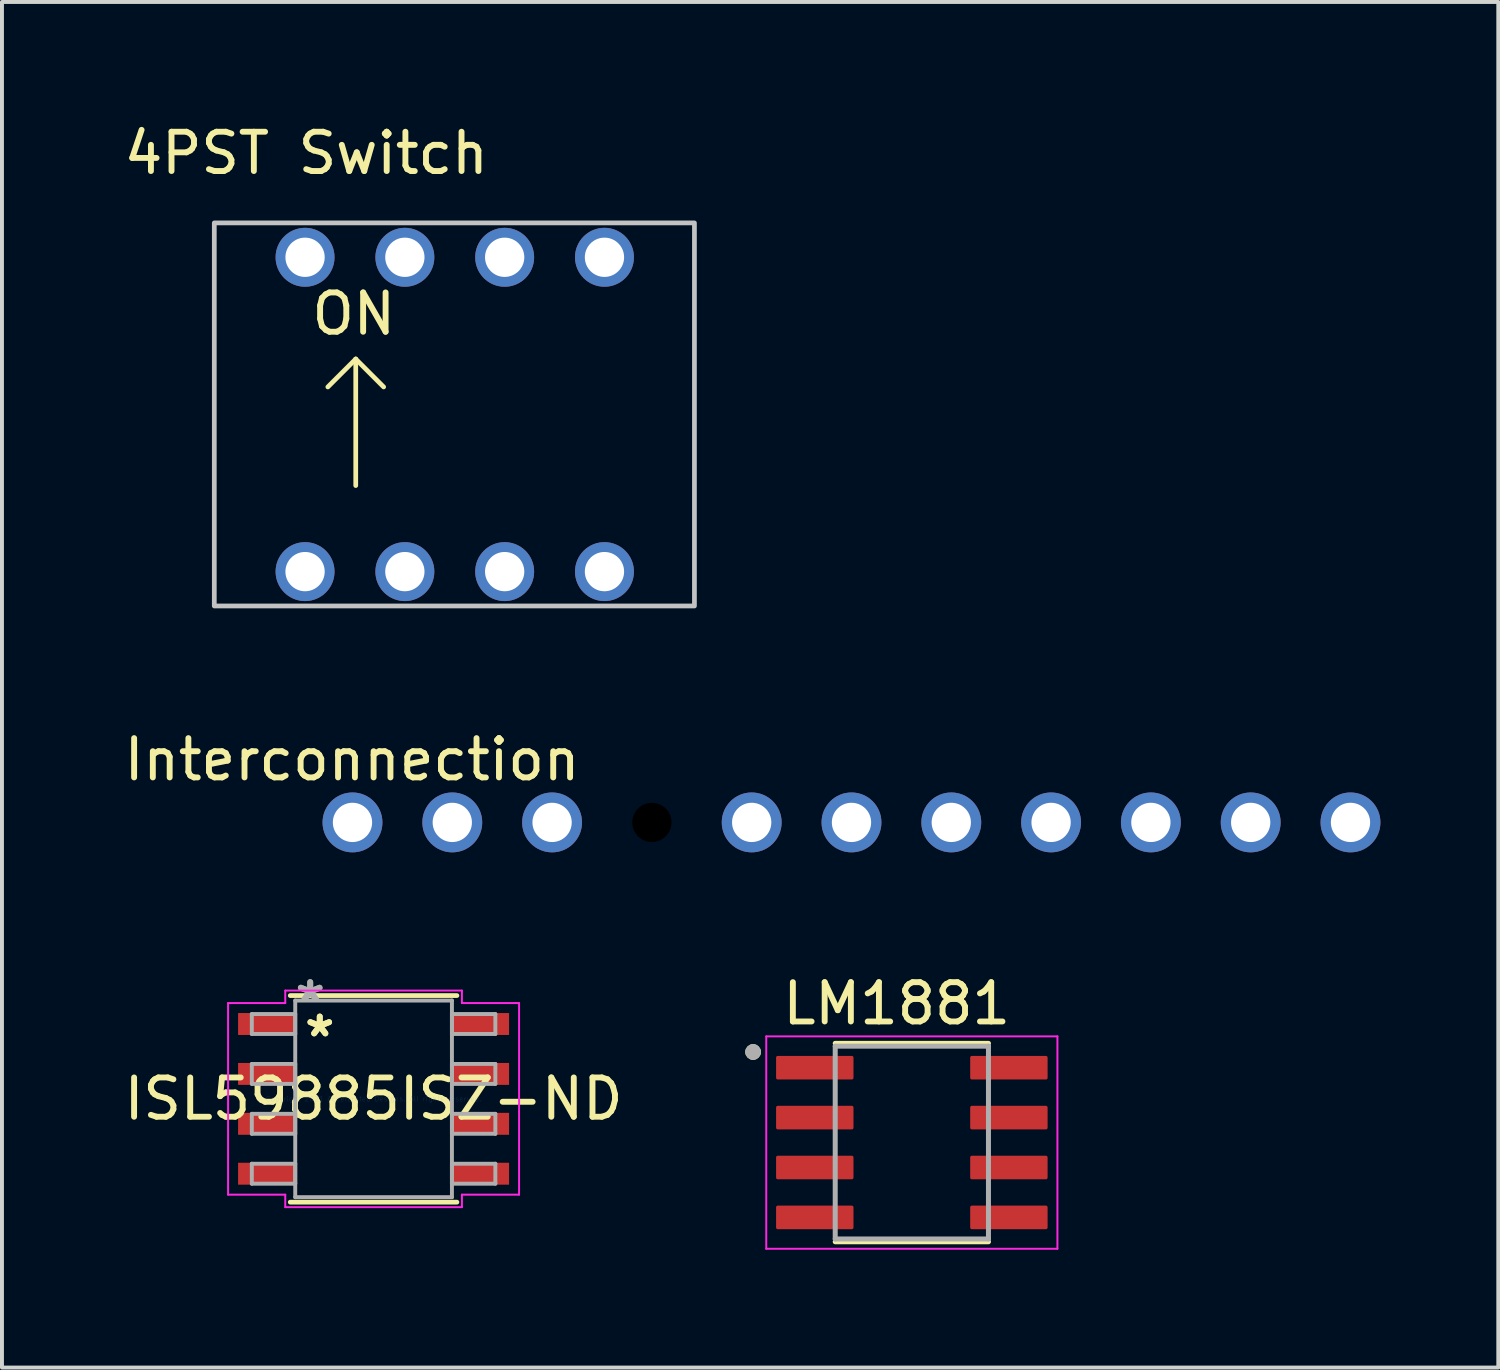
<source format=kicad_pcb>
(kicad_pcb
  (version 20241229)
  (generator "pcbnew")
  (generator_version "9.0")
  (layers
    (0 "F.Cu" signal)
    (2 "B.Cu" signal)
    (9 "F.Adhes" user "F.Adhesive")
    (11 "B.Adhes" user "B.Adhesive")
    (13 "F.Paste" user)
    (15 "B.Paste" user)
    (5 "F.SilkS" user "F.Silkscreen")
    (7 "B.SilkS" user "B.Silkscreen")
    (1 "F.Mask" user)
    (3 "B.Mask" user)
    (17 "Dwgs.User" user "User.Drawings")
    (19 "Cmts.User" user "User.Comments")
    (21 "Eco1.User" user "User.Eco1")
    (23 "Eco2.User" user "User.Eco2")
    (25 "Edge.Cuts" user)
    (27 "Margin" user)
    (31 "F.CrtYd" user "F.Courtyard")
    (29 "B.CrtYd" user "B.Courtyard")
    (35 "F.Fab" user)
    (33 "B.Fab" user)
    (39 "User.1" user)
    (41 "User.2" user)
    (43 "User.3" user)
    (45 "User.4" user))
  (footprint "ISL59885ISZ-ND"
    (layer "F.Cu")
    (at 6.458 24.917)
    (property "Reference" "ISL59885ISZ-ND" (at 0 0 0) (layer "F.SilkS") (effects (font (size 1 1) (thickness 0.15))))
    (attr through_hole)
    (fp_line (start -2.121 2.629) (end 2.121 2.629) (stroke (width 0.12) (type solid)) (layer "F.SilkS"))
    (fp_line (start 2.121 -2.629) (end -2.121 -2.629) (stroke (width 0.12) (type solid)) (layer "F.SilkS"))
    (fp_line (start -3.703 -2.438) (end -2.248 -2.438) (stroke (width 0.05) (type solid)) (layer "F.CrtYd"))
    (fp_line (start -3.703 2.438) (end -3.703 -2.438) (stroke (width 0.05) (type solid)) (layer "F.CrtYd"))
    (fp_line (start -2.248 -2.756) (end 2.248 -2.756) (stroke (width 0.05) (type solid)) (layer "F.CrtYd"))
    (fp_line (start -2.248 -2.438) (end -2.248 -2.756) (stroke (width 0.05) (type solid)) (layer "F.CrtYd"))
    (fp_line (start -2.248 2.438) (end -3.703 2.438) (stroke (width 0.05) (type solid)) (layer "F.CrtYd"))
    (fp_line (start -2.248 2.756) (end -2.248 2.438) (stroke (width 0.05) (type solid)) (layer "F.CrtYd"))
    (fp_line (start 2.248 -2.756) (end 2.248 -2.438) (stroke (width 0.05) (type solid)) (layer "F.CrtYd"))
    (fp_line (start 2.248 -2.438) (end 3.703 -2.438) (stroke (width 0.05) (type solid)) (layer "F.CrtYd"))
    (fp_line (start 2.248 2.438) (end 2.248 2.756) (stroke (width 0.05) (type solid)) (layer "F.CrtYd"))
    (fp_line (start 2.248 2.756) (end -2.248 2.756) (stroke (width 0.05) (type solid)) (layer "F.CrtYd"))
    (fp_line (start 3.703 -2.438) (end 3.703 2.438) (stroke (width 0.05) (type solid)) (layer "F.CrtYd"))
    (fp_line (start 3.703 2.438) (end 2.248 2.438) (stroke (width 0.05) (type solid)) (layer "F.CrtYd"))
    (fp_line (start -3.099 -2.159) (end -3.099 -1.651) (stroke (width 0.1) (type solid)) (layer "F.Fab"))
    (fp_line (start -3.099 -1.651) (end -1.994 -1.651) (stroke (width 0.1) (type solid)) (layer "F.Fab"))
    (fp_line (start -3.099 -0.889) (end -3.099 -0.381) (stroke (width 0.1) (type solid)) (layer "F.Fab"))
    (fp_line (start -3.099 -0.381) (end -1.994 -0.381) (stroke (width 0.1) (type solid)) (layer "F.Fab"))
    (fp_line (start -3.099 0.381) (end -3.099 0.889) (stroke (width 0.1) (type solid)) (layer "F.Fab"))
    (fp_line (start -3.099 0.889) (end -1.994 0.889) (stroke (width 0.1) (type solid)) (layer "F.Fab"))
    (fp_line (start -3.099 1.651) (end -3.099 2.159) (stroke (width 0.1) (type solid)) (layer "F.Fab"))
    (fp_line (start -3.099 2.159) (end -1.994 2.159) (stroke (width 0.1) (type solid)) (layer "F.Fab"))
    (fp_line (start -1.994 -2.502) (end -1.994 2.502) (stroke (width 0.1) (type solid)) (layer "F.Fab"))
    (fp_line (start -1.994 -2.159) (end -3.099 -2.159) (stroke (width 0.1) (type solid)) (layer "F.Fab"))
    (fp_line (start -1.994 -1.651) (end -1.994 -2.159) (stroke (width 0.1) (type solid)) (layer "F.Fab"))
    (fp_line (start -1.994 -0.889) (end -3.099 -0.889) (stroke (width 0.1) (type solid)) (layer "F.Fab"))
    (fp_line (start -1.994 -0.381) (end -1.994 -0.889) (stroke (width 0.1) (type solid)) (layer "F.Fab"))
    (fp_line (start -1.994 0.381) (end -3.099 0.381) (stroke (width 0.1) (type solid)) (layer "F.Fab"))
    (fp_line (start -1.994 0.889) (end -1.994 0.381) (stroke (width 0.1) (type solid)) (layer "F.Fab"))
    (fp_line (start -1.994 1.651) (end -3.099 1.651) (stroke (width 0.1) (type solid)) (layer "F.Fab"))
    (fp_line (start -1.994 2.159) (end -1.994 1.651) (stroke (width 0.1) (type solid)) (layer "F.Fab"))
    (fp_line (start -1.994 2.502) (end 1.994 2.502) (stroke (width 0.1) (type solid)) (layer "F.Fab"))
    (fp_line (start 1.994 -2.502) (end -1.994 -2.502) (stroke (width 0.1) (type solid)) (layer "F.Fab"))
    (fp_line (start 1.994 -2.159) (end 1.994 -1.651) (stroke (width 0.1) (type solid)) (layer "F.Fab"))
    (fp_line (start 1.994 -1.651) (end 3.099 -1.651) (stroke (width 0.1) (type solid)) (layer "F.Fab"))
    (fp_line (start 1.994 -0.889) (end 1.994 -0.381) (stroke (width 0.1) (type solid)) (layer "F.Fab"))
    (fp_line (start 1.994 -0.381) (end 3.099 -0.381) (stroke (width 0.1) (type solid)) (layer "F.Fab"))
    (fp_line (start 1.994 0.381) (end 1.994 0.889) (stroke (width 0.1) (type solid)) (layer "F.Fab"))
    (fp_line (start 1.994 0.889) (end 3.099 0.889) (stroke (width 0.1) (type solid)) (layer "F.Fab"))
    (fp_line (start 1.994 1.651) (end 1.994 2.159) (stroke (width 0.1) (type solid)) (layer "F.Fab"))
    (fp_line (start 1.994 2.159) (end 3.099 2.159) (stroke (width 0.1) (type solid)) (layer "F.Fab"))
    (fp_line (start 1.994 2.502) (end 1.994 -2.502) (stroke (width 0.1) (type solid)) (layer "F.Fab"))
    (fp_line (start 3.099 -2.159) (end 1.994 -2.159) (stroke (width 0.1) (type solid)) (layer "F.Fab"))
    (fp_line (start 3.099 -1.651) (end 3.099 -2.159) (stroke (width 0.1) (type solid)) (layer "F.Fab"))
    (fp_line (start 3.099 -0.889) (end 1.994 -0.889) (stroke (width 0.1) (type solid)) (layer "F.Fab"))
    (fp_line (start 3.099 -0.381) (end 3.099 -0.889) (stroke (width 0.1) (type solid)) (layer "F.Fab"))
    (fp_line (start 3.099 0.381) (end 1.994 0.381) (stroke (width 0.1) (type solid)) (layer "F.Fab"))
    (fp_line (start 3.099 0.889) (end 3.099 0.381) (stroke (width 0.1) (type solid)) (layer "F.Fab"))
    (fp_line (start 3.099 1.651) (end 1.994 1.651) (stroke (width 0.1) (type solid)) (layer "F.Fab"))
    (fp_line (start 3.099 2.159) (end 3.099 1.651) (stroke (width 0.1) (type solid)) (layer "F.Fab"))
    (fp_text user "*" (at -1.37 -1.55 0) (layer "F.SilkS") (effects (font (size 1 1) (thickness 0.15))))
    (fp_text user "*" (at -1.37 -1.55 0) (layer "F.SilkS") (effects (font (size 1 1) (thickness 0.15))))
    (fp_text user "Copyright 2021 Accelerated Designs. All rights reserved." (at 0 0 0) (layer "Cmts.User") (effects (font (size 0.127 0.127) (thickness 0.002))))
    (fp_text user "*" (at -1.613 -2.426 0) (layer "F.Fab") (effects (font (size 1 1) (thickness 0.15))))
    (fp_text user "*" (at -1.613 -2.426 0) (layer "F.Fab") (effects (font (size 1 1) (thickness 0.15))))
    (pad "1" smd rect (at -2.721 -1.905) (size 1.455 0.558) (layers "F.Cu" "F.Mask" "F.Paste"))
    (pad "2" smd rect (at -2.721 -0.635) (size 1.455 0.558) (layers "F.Cu" "F.Mask" "F.Paste"))
    (pad "3" smd rect (at -2.721 0.635) (size 1.455 0.558) (layers "F.Cu" "F.Mask" "F.Paste"))
    (pad "4" smd rect (at -2.721 1.905) (size 1.455 0.558) (layers "F.Cu" "F.Mask" "F.Paste"))
    (pad "5" smd rect (at 2.721 1.905) (size 1.455 0.558) (layers "F.Cu" "F.Mask" "F.Paste"))
    (pad "6" smd rect (at 2.721 0.635) (size 1.455 0.558) (layers "F.Cu" "F.Mask" "F.Paste"))
    (pad "7" smd rect (at 2.721 -0.635) (size 1.455 0.558) (layers "F.Cu" "F.Mask" "F.Paste"))
    (pad "8" smd rect (at 2.721 -1.905) (size 1.455 0.558) (layers "F.Cu" "F.Mask" "F.Paste")))
  (footprint "LM1881"
    (layer "F.Cu")
    (at 20.157 26.029)
    (property "Reference" "LM1881" (at -0.385 -3.537 0) (layer "F.SilkS") (effects (font (size 1 1) (thickness 0.15))))
    (attr through_hole)
    (fp_line (start -1.95 -2.525) (end 1.95 -2.525) (stroke (width 0.127) (type solid)) (layer "F.SilkS"))
    (fp_line (start -1.95 2.525) (end 1.95 2.525) (stroke (width 0.127) (type solid)) (layer "F.SilkS"))
    (fp_circle (center -4.04 -2.305) (end -3.94 -2.305) (stroke (width 0.2) (type solid)) (fill no) (layer "F.SilkS"))
    (fp_line (start -3.705 -2.703) (end -3.705 2.703) (stroke (width 0.05) (type solid)) (layer "F.CrtYd"))
    (fp_line (start -3.705 -2.703) (end 3.705 -2.703) (stroke (width 0.05) (type solid)) (layer "F.CrtYd"))
    (fp_line (start -3.705 2.703) (end 3.705 2.703) (stroke (width 0.05) (type solid)) (layer "F.CrtYd"))
    (fp_line (start 3.705 -2.703) (end 3.705 2.703) (stroke (width 0.05) (type solid)) (layer "F.CrtYd"))
    (fp_line (start -1.95 -2.453) (end -1.95 2.453) (stroke (width 0.127) (type solid)) (layer "F.Fab"))
    (fp_line (start -1.95 -2.453) (end 1.95 -2.453) (stroke (width 0.127) (type solid)) (layer "F.Fab"))
    (fp_line (start -1.95 2.453) (end 1.95 2.453) (stroke (width 0.127) (type solid)) (layer "F.Fab"))
    (fp_line (start 1.95 -2.453) (end 1.95 2.453) (stroke (width 0.127) (type solid)) (layer "F.Fab"))
    (fp_circle (center -4.04 -2.305) (end -3.94 -2.305) (stroke (width 0.2) (type solid)) (fill no) (layer "F.Fab"))
    (pad "1" smd roundrect (at -2.47 -1.905) (size 1.97 0.6) (layers "F.Cu" "F.Mask" "F.Paste") (roundrect_rratio 0.07))
    (pad "2" smd roundrect (at -2.47 -0.635) (size 1.97 0.6) (layers "F.Cu" "F.Mask" "F.Paste") (roundrect_rratio 0.07))
    (pad "3" smd roundrect (at -2.47 0.635) (size 1.97 0.6) (layers "F.Cu" "F.Mask" "F.Paste") (roundrect_rratio 0.07))
    (pad "4" smd roundrect (at -2.47 1.905) (size 1.97 0.6) (layers "F.Cu" "F.Mask" "F.Paste") (roundrect_rratio 0.07))
    (pad "5" smd roundrect (at 2.47 1.905) (size 1.97 0.6) (layers "F.Cu" "F.Mask" "F.Paste") (roundrect_rratio 0.07))
    (pad "6" smd roundrect (at 2.47 0.635) (size 1.97 0.6) (layers "F.Cu" "F.Mask" "F.Paste") (roundrect_rratio 0.07))
    (pad "7" smd roundrect (at 2.47 -0.635) (size 1.97 0.6) (layers "F.Cu" "F.Mask" "F.Paste") (roundrect_rratio 0.07))
    (pad "8" smd roundrect (at 2.47 -1.905) (size 1.97 0.6) (layers "F.Cu" "F.Mask" "F.Paste") (roundrect_rratio 0.07)))
  (footprint "4PST Switch"
    (layer "F.Cu")
    (at 4.714 3.498)
    (property "Reference" "4PST Switch" (at 0.03 -2.65 0) (unlocked yes) (layer "F.SilkS") (effects (font (size 1 1) (thickness 0.15))))
    (attr through_hole)
    (fp_line (start 1.29 2.59) (end 0.58 3.3) (stroke (width 0.12) (type solid)) (layer "F.SilkS"))
    (fp_line (start 1.29 2.59) (end 2 3.3) (stroke (width 0.12) (type solid)) (layer "F.SilkS"))
    (fp_line (start 1.29 5.81) (end 1.29 2.59) (stroke (width 0.12) (type solid)) (layer "F.SilkS"))
    (fp_rect (start -2.31 -0.875) (end 9.91 8.875) (stroke (width 0.12) (type solid)) (fill no) (layer "Dwgs.User"))
    (fp_text user "ON" (at 1.24 1.44 0) (unlocked yes) (layer "F.SilkS") (effects (font (size 1 1) (thickness 0.15))))
    (pad "1" thru_hole circle (at 0 0 90) (size 1.5 1.5) (drill 1) (layers "*.Cu" "*.Mask"))
    (pad "2" thru_hole circle (at 2.54 0 90) (size 1.5 1.5) (drill 1) (layers "*.Cu" "*.Mask"))
    (pad "3" thru_hole circle (at 5.08 0 90) (size 1.5 1.5) (drill 1) (layers "*.Cu" "*.Mask"))
    (pad "4" thru_hole circle (at 7.62 0 90) (size 1.5 1.5) (drill 1) (layers "*.Cu" "*.Mask"))
    (pad "5" thru_hole circle (at 0 8 90) (size 1.5 1.5) (drill 1) (layers "*.Cu" "*.Mask"))
    (pad "6" thru_hole circle (at 2.54 8 90) (size 1.5 1.5) (drill 1) (layers "*.Cu" "*.Mask"))
    (pad "7" thru_hole circle (at 5.08 8 90) (size 1.5 1.5) (drill 1) (layers "*.Cu" "*.Mask"))
    (pad "8" thru_hole circle (at 7.62 8 90) (size 1.5 1.5) (drill 1) (layers "*.Cu" "*.Mask")))
  (footprint "Interconnection"
    (layer "F.Cu")
    (at 5.921 17.881)
    (property "Reference" "Interconnection" (at -0.01 -1.6 0) (unlocked yes) (layer "F.SilkS") (effects (font (size 1 1) (thickness 0.15))))
    (attr through_hole)
    (pad "" np_thru_hole circle (at 7.62 0) (size 1.2 1.2) (drill 1) (layers "*.Mask"))
    (pad "1" thru_hole circle (at 0 0) (size 1.524 1.524) (drill 1) (layers "*.Cu" "*.Mask"))
    (pad "2" thru_hole circle (at 10.16 0) (size 1.524 1.524) (drill 1) (layers "*.Cu" "*.Mask"))
    (pad "3" thru_hole circle (at 12.7 0) (size 1.524 1.524) (drill 1) (layers "*.Cu" "*.Mask"))
    (pad "4" thru_hole circle (at 15.24 0) (size 1.524 1.524) (drill 1) (layers "*.Cu" "*.Mask"))
    (pad "5" thru_hole circle (at 17.78 0) (size 1.524 1.524) (drill 1) (layers "*.Cu" "*.Mask"))
    (pad "6" thru_hole circle (at 20.32 0) (size 1.524 1.524) (drill 1) (layers "*.Cu" "*.Mask"))
    (pad "7" thru_hole circle (at 22.86 0) (size 1.524 1.524) (drill 1) (layers "*.Cu" "*.Mask"))
    (pad "8" thru_hole circle (at 25.4 0) (size 1.524 1.524) (drill 1) (layers "*.Cu" "*.Mask"))
    (pad "9" thru_hole circle (at 2.54 0) (size 1.524 1.524) (drill 1) (layers "*.Cu" "*.Mask"))
    (pad "10" thru_hole circle (at 5.08 0) (size 1.524 1.524) (drill 1) (layers "*.Cu" "*.Mask")))
  (gr_rect
    (start -3 -3)
    (end 35.083 31.756)
    (stroke (width 0.1) (type default))
    (fill no)
    (layer "Edge.Cuts")))
</source>
